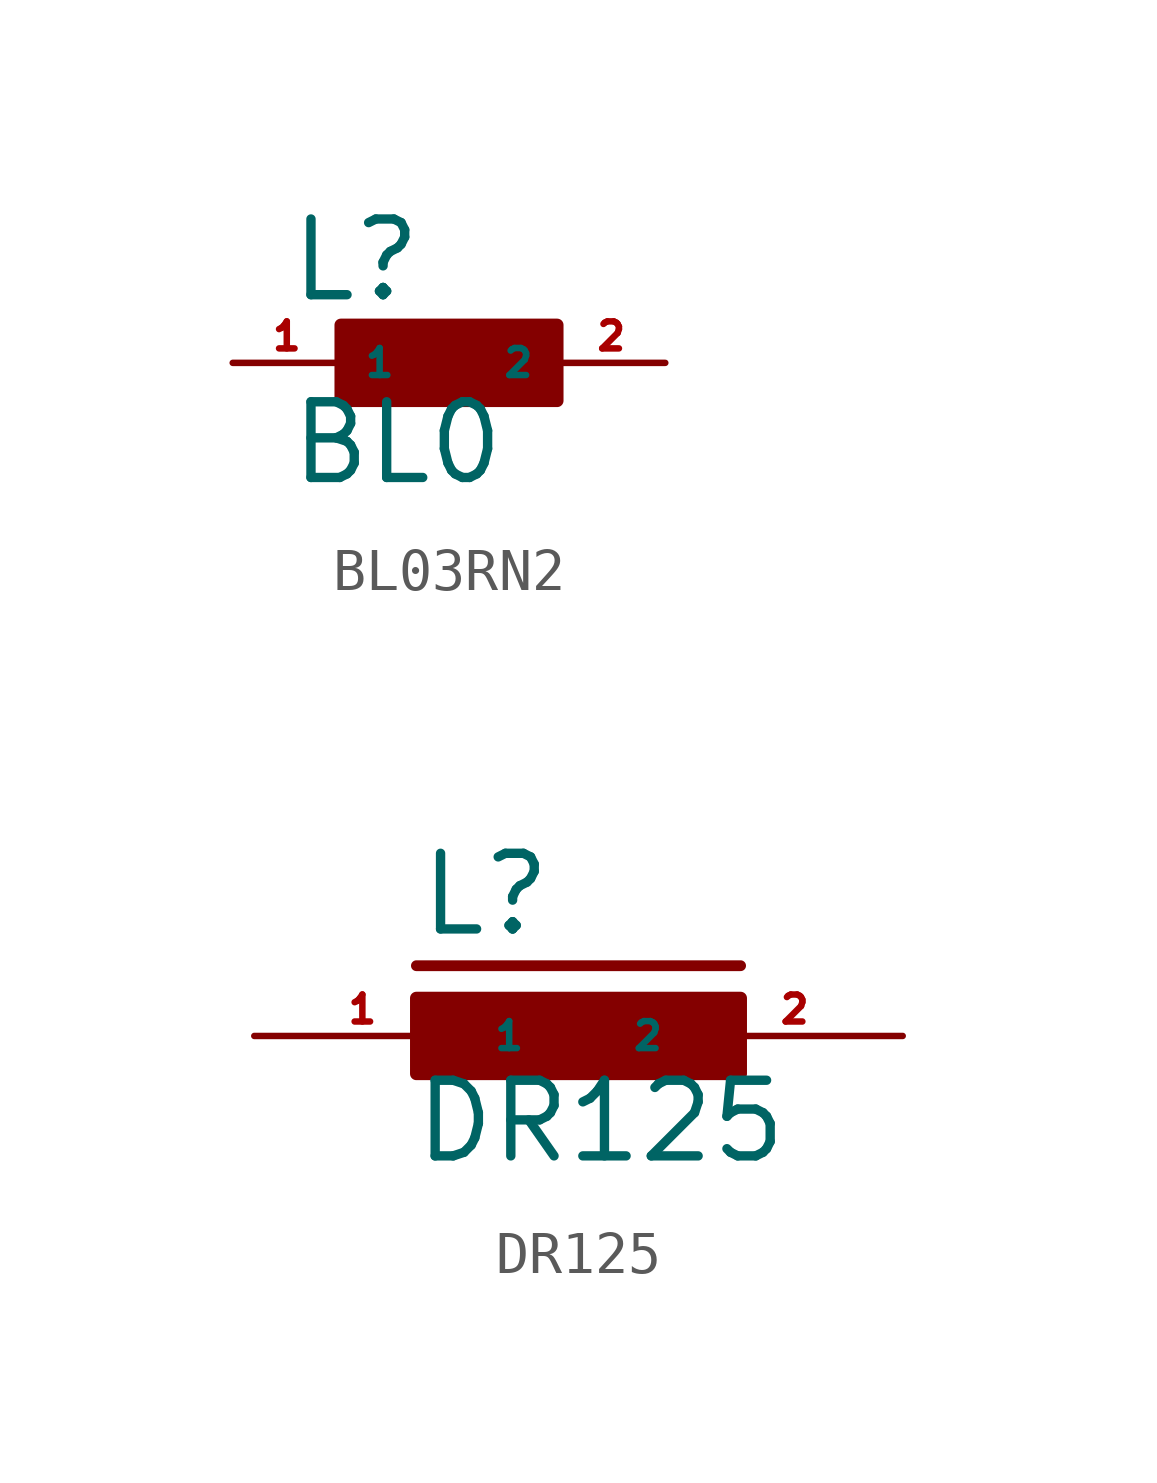
<source format=kicad_sym>
(kicad_symbol_lib
  (version 20220914)
  (generator kicad_symbol_editor)
  (symbol "BL03RN2"
    (property "Reference" "L"
      (at -3.81 1.372 0)
      (effects (font (size 1.778 1.778) (thickness 0.22)) (justify left bottom)))
    (property "Value" "BL0"
      (at -3.81 -2.921 0)
      (effects (font (size 1.778 1.778) (thickness 0.22)) (justify left bottom)))
    (symbol "BL03RN2_1_1"
      (rectangle (start -2.54 -0.889) (end 2.54 0.889) (stroke (width 0.3) (type default)) (fill (type outline)))
      (pin passive line (at -5.08 0 0) (length 2.54) (name "1" (effects (font (size 0.635 0.635)))) (number "1" (effects (font (size 0.635 0.635)))))
      (pin passive line (at 5.08 0 180) (length 2.54) (name "2" (effects (font (size 0.635 0.635)))) (number "2" (effects (font (size 0.635 0.635)))))))
  (symbol "DR125"
    (property "Reference" "L"
      (at -3.81 2.286 0)
      (effects (font (size 1.778 1.778) (thickness 0.22)) (justify left bottom)))
    (property "Value" "DR125"
      (at -3.937 -3.048 0)
      (effects (font (size 1.778 1.778) (thickness 0.22)) (justify left bottom)))
    (symbol "DR125_1_1"
      (rectangle (start -3.81 -0.889) (end 3.81 0.889) (stroke (width 0.3) (type default)) (fill (type outline)))
      (polyline (pts (xy -3.81 1.651) (xy 3.81 1.651)) (stroke (width 0.254) (type default)) (fill (type none)))
      (pin passive line (at -7.62 0 0) (length 5.08) (name "1" (effects (font (size 0.635 0.635)))) (number "1" (effects (font (size 0.635 0.635)))))
      (pin passive line (at 7.62 0 180) (length 5.08) (name "2" (effects (font (size 0.635 0.635)))) (number "2" (effects (font (size 0.635 0.635))))))))
</source>
